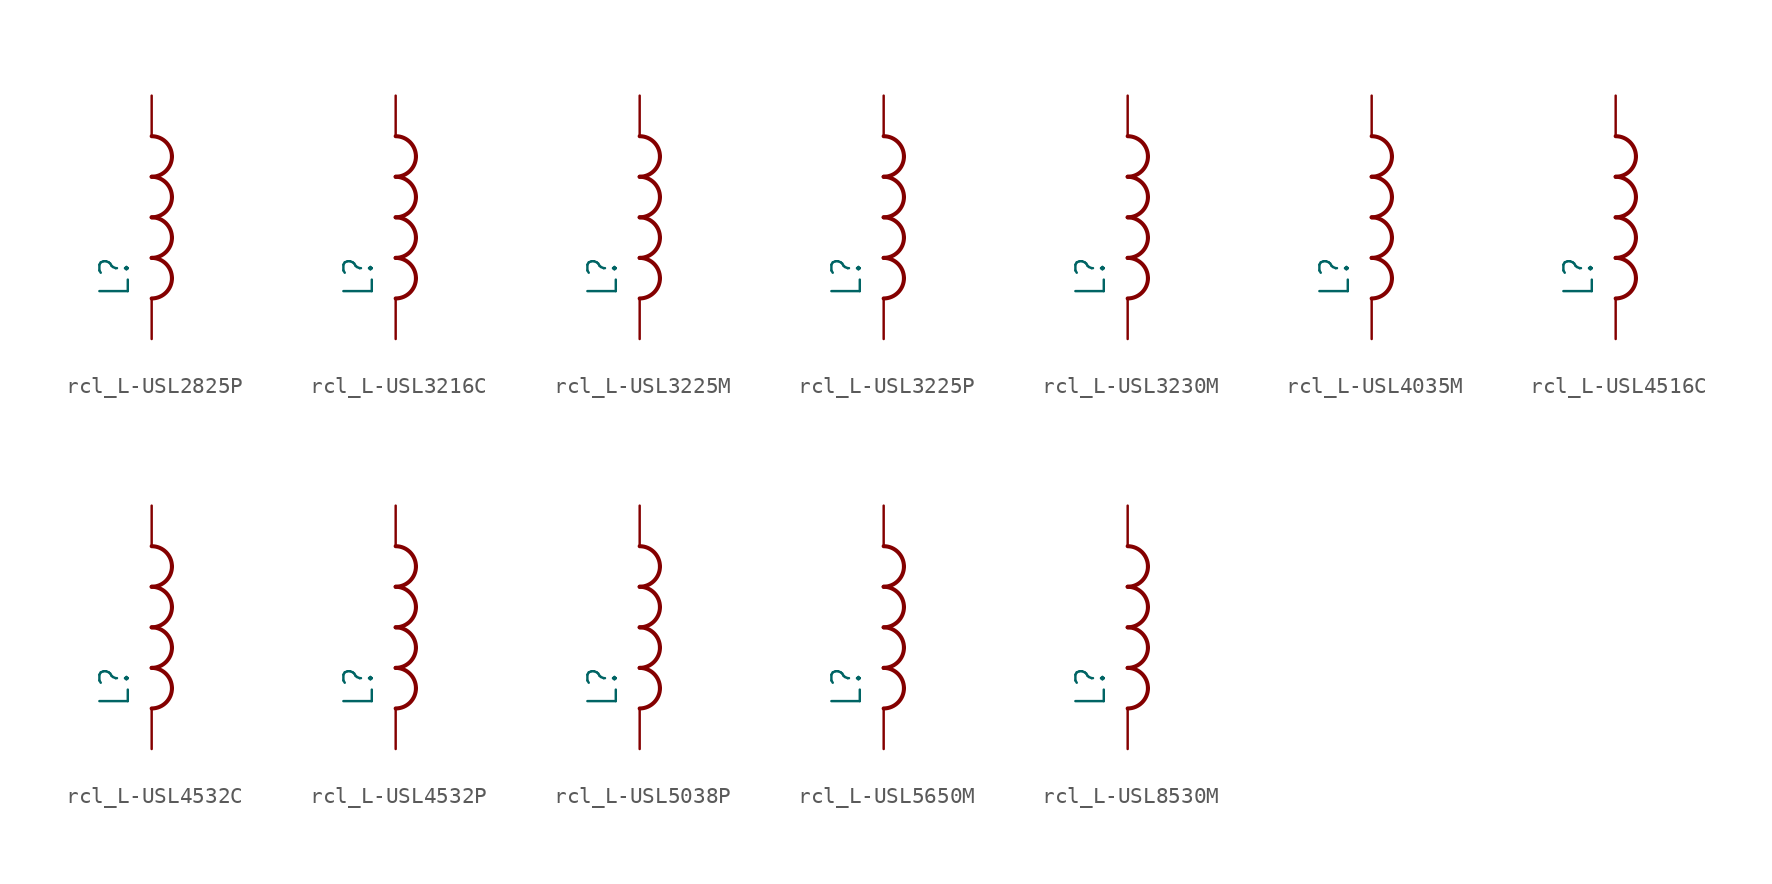
<source format=kicad_sym>
(kicad_symbol_lib
  (version 20241209)
  (generator "kicad_symbol_editor")
  (generator_version "9.0")
  (symbol "rcl_L-USL2825P"
    (property "Reference" "L"
      (at -1.27 -5.08 90)
      (effects (font (size 1.778 1.511)) (justify left bottom)))
    (property "Value" ""
      (at 3.81 -5.08 90)
      (effects (font (size 1.778 1.511)) (justify left bottom)))
    (property "ki_locked" ""
      (at 0 0 0)
      (effects (font (size 1.27 1.27))))
    (symbol "rcl_L-USL2825P_1_0"
      (arc (start 0 5.08) (mid 0.898 4.708) (end 1.27 3.81) (stroke (width 0.254) (type solid)) (fill (type none)))
      (arc (start 1.27 3.81) (mid 0.898 2.912) (end 0 2.54) (stroke (width 0.254) (type solid)) (fill (type none)))
      (arc (start 0 2.54) (mid 0.898 2.168) (end 1.27 1.27) (stroke (width 0.254) (type solid)) (fill (type none)))
      (arc (start 1.27 1.27) (mid 0.898 0.372) (end 0 0) (stroke (width 0.254) (type solid)) (fill (type none)))
      (arc (start 0 0) (mid 0.898 -0.372) (end 1.27 -1.27) (stroke (width 0.254) (type solid)) (fill (type none)))
      (arc (start 1.27 -1.27) (mid 0.898 -2.168) (end 0 -2.54) (stroke (width 0.254) (type solid)) (fill (type none)))
      (arc (start 0 -2.54) (mid 0.898 -2.912) (end 1.27 -3.81) (stroke (width 0.254) (type solid)) (fill (type none)))
      (arc (start 1.27 -3.81) (mid 0.898 -4.708) (end 0 -5.08) (stroke (width 0.254) (type solid)) (fill (type none)))
      (pin passive line (at 0 7.62 270) (length 2.54) (name "1" (effects (font (size 0 0)))) (number "1" (effects (font (size 0 0)))))
      (pin passive line (at 0 -7.62 90) (length 2.54) (name "2" (effects (font (size 0 0)))) (number "2" (effects (font (size 0 0)))))))
  (symbol "rcl_L-USL3216C"
    (property "Reference" "L"
      (at -1.27 -5.08 90)
      (effects (font (size 1.778 1.511)) (justify left bottom)))
    (property "Value" ""
      (at 3.81 -5.08 90)
      (effects (font (size 1.778 1.511)) (justify left bottom)))
    (property "ki_locked" ""
      (at 0 0 0)
      (effects (font (size 1.27 1.27))))
    (symbol "rcl_L-USL3216C_1_0"
      (arc (start 0 5.08) (mid 0.898 4.708) (end 1.27 3.81) (stroke (width 0.254) (type solid)) (fill (type none)))
      (arc (start 1.27 3.81) (mid 0.898 2.912) (end 0 2.54) (stroke (width 0.254) (type solid)) (fill (type none)))
      (arc (start 0 2.54) (mid 0.898 2.168) (end 1.27 1.27) (stroke (width 0.254) (type solid)) (fill (type none)))
      (arc (start 1.27 1.27) (mid 0.898 0.372) (end 0 0) (stroke (width 0.254) (type solid)) (fill (type none)))
      (arc (start 0 0) (mid 0.898 -0.372) (end 1.27 -1.27) (stroke (width 0.254) (type solid)) (fill (type none)))
      (arc (start 1.27 -1.27) (mid 0.898 -2.168) (end 0 -2.54) (stroke (width 0.254) (type solid)) (fill (type none)))
      (arc (start 0 -2.54) (mid 0.898 -2.912) (end 1.27 -3.81) (stroke (width 0.254) (type solid)) (fill (type none)))
      (arc (start 1.27 -3.81) (mid 0.898 -4.708) (end 0 -5.08) (stroke (width 0.254) (type solid)) (fill (type none)))
      (pin passive line (at 0 7.62 270) (length 2.54) (name "1" (effects (font (size 0 0)))) (number "1" (effects (font (size 0 0)))))
      (pin passive line (at 0 -7.62 90) (length 2.54) (name "2" (effects (font (size 0 0)))) (number "2" (effects (font (size 0 0)))))))
  (symbol "rcl_L-USL3225M"
    (property "Reference" "L"
      (at -1.27 -5.08 90)
      (effects (font (size 1.778 1.511)) (justify left bottom)))
    (property "Value" ""
      (at 3.81 -5.08 90)
      (effects (font (size 1.778 1.511)) (justify left bottom)))
    (property "ki_locked" ""
      (at 0 0 0)
      (effects (font (size 1.27 1.27))))
    (symbol "rcl_L-USL3225M_1_0"
      (arc (start 0 5.08) (mid 0.898 4.708) (end 1.27 3.81) (stroke (width 0.254) (type solid)) (fill (type none)))
      (arc (start 1.27 3.81) (mid 0.898 2.912) (end 0 2.54) (stroke (width 0.254) (type solid)) (fill (type none)))
      (arc (start 0 2.54) (mid 0.898 2.168) (end 1.27 1.27) (stroke (width 0.254) (type solid)) (fill (type none)))
      (arc (start 1.27 1.27) (mid 0.898 0.372) (end 0 0) (stroke (width 0.254) (type solid)) (fill (type none)))
      (arc (start 0 0) (mid 0.898 -0.372) (end 1.27 -1.27) (stroke (width 0.254) (type solid)) (fill (type none)))
      (arc (start 1.27 -1.27) (mid 0.898 -2.168) (end 0 -2.54) (stroke (width 0.254) (type solid)) (fill (type none)))
      (arc (start 0 -2.54) (mid 0.898 -2.912) (end 1.27 -3.81) (stroke (width 0.254) (type solid)) (fill (type none)))
      (arc (start 1.27 -3.81) (mid 0.898 -4.708) (end 0 -5.08) (stroke (width 0.254) (type solid)) (fill (type none)))
      (pin passive line (at 0 7.62 270) (length 2.54) (name "1" (effects (font (size 0 0)))) (number "1" (effects (font (size 0 0)))))
      (pin passive line (at 0 -7.62 90) (length 2.54) (name "2" (effects (font (size 0 0)))) (number "2" (effects (font (size 0 0)))))))
  (symbol "rcl_L-USL3225P"
    (property "Reference" "L"
      (at -1.27 -5.08 90)
      (effects (font (size 1.778 1.511)) (justify left bottom)))
    (property "Value" ""
      (at 3.81 -5.08 90)
      (effects (font (size 1.778 1.511)) (justify left bottom)))
    (property "ki_locked" ""
      (at 0 0 0)
      (effects (font (size 1.27 1.27))))
    (symbol "rcl_L-USL3225P_1_0"
      (arc (start 0 5.08) (mid 0.898 4.708) (end 1.27 3.81) (stroke (width 0.254) (type solid)) (fill (type none)))
      (arc (start 1.27 3.81) (mid 0.898 2.912) (end 0 2.54) (stroke (width 0.254) (type solid)) (fill (type none)))
      (arc (start 0 2.54) (mid 0.898 2.168) (end 1.27 1.27) (stroke (width 0.254) (type solid)) (fill (type none)))
      (arc (start 1.27 1.27) (mid 0.898 0.372) (end 0 0) (stroke (width 0.254) (type solid)) (fill (type none)))
      (arc (start 0 0) (mid 0.898 -0.372) (end 1.27 -1.27) (stroke (width 0.254) (type solid)) (fill (type none)))
      (arc (start 1.27 -1.27) (mid 0.898 -2.168) (end 0 -2.54) (stroke (width 0.254) (type solid)) (fill (type none)))
      (arc (start 0 -2.54) (mid 0.898 -2.912) (end 1.27 -3.81) (stroke (width 0.254) (type solid)) (fill (type none)))
      (arc (start 1.27 -3.81) (mid 0.898 -4.708) (end 0 -5.08) (stroke (width 0.254) (type solid)) (fill (type none)))
      (pin passive line (at 0 7.62 270) (length 2.54) (name "1" (effects (font (size 0 0)))) (number "1" (effects (font (size 0 0)))))
      (pin passive line (at 0 -7.62 90) (length 2.54) (name "2" (effects (font (size 0 0)))) (number "2" (effects (font (size 0 0)))))))
  (symbol "rcl_L-USL3230M"
    (property "Reference" "L"
      (at -1.27 -5.08 90)
      (effects (font (size 1.778 1.511)) (justify left bottom)))
    (property "Value" ""
      (at 3.81 -5.08 90)
      (effects (font (size 1.778 1.511)) (justify left bottom)))
    (property "ki_locked" ""
      (at 0 0 0)
      (effects (font (size 1.27 1.27))))
    (symbol "rcl_L-USL3230M_1_0"
      (arc (start 0 5.08) (mid 0.898 4.708) (end 1.27 3.81) (stroke (width 0.254) (type solid)) (fill (type none)))
      (arc (start 1.27 3.81) (mid 0.898 2.912) (end 0 2.54) (stroke (width 0.254) (type solid)) (fill (type none)))
      (arc (start 0 2.54) (mid 0.898 2.168) (end 1.27 1.27) (stroke (width 0.254) (type solid)) (fill (type none)))
      (arc (start 1.27 1.27) (mid 0.898 0.372) (end 0 0) (stroke (width 0.254) (type solid)) (fill (type none)))
      (arc (start 0 0) (mid 0.898 -0.372) (end 1.27 -1.27) (stroke (width 0.254) (type solid)) (fill (type none)))
      (arc (start 1.27 -1.27) (mid 0.898 -2.168) (end 0 -2.54) (stroke (width 0.254) (type solid)) (fill (type none)))
      (arc (start 0 -2.54) (mid 0.898 -2.912) (end 1.27 -3.81) (stroke (width 0.254) (type solid)) (fill (type none)))
      (arc (start 1.27 -3.81) (mid 0.898 -4.708) (end 0 -5.08) (stroke (width 0.254) (type solid)) (fill (type none)))
      (pin passive line (at 0 7.62 270) (length 2.54) (name "1" (effects (font (size 0 0)))) (number "1" (effects (font (size 0 0)))))
      (pin passive line (at 0 -7.62 90) (length 2.54) (name "2" (effects (font (size 0 0)))) (number "2" (effects (font (size 0 0)))))))
  (symbol "rcl_L-USL4035M"
    (property "Reference" "L"
      (at -1.27 -5.08 90)
      (effects (font (size 1.778 1.511)) (justify left bottom)))
    (property "Value" ""
      (at 3.81 -5.08 90)
      (effects (font (size 1.778 1.511)) (justify left bottom)))
    (property "ki_locked" ""
      (at 0 0 0)
      (effects (font (size 1.27 1.27))))
    (symbol "rcl_L-USL4035M_1_0"
      (arc (start 0 5.08) (mid 0.898 4.708) (end 1.27 3.81) (stroke (width 0.254) (type solid)) (fill (type none)))
      (arc (start 1.27 3.81) (mid 0.898 2.912) (end 0 2.54) (stroke (width 0.254) (type solid)) (fill (type none)))
      (arc (start 0 2.54) (mid 0.898 2.168) (end 1.27 1.27) (stroke (width 0.254) (type solid)) (fill (type none)))
      (arc (start 1.27 1.27) (mid 0.898 0.372) (end 0 0) (stroke (width 0.254) (type solid)) (fill (type none)))
      (arc (start 0 0) (mid 0.898 -0.372) (end 1.27 -1.27) (stroke (width 0.254) (type solid)) (fill (type none)))
      (arc (start 1.27 -1.27) (mid 0.898 -2.168) (end 0 -2.54) (stroke (width 0.254) (type solid)) (fill (type none)))
      (arc (start 0 -2.54) (mid 0.898 -2.912) (end 1.27 -3.81) (stroke (width 0.254) (type solid)) (fill (type none)))
      (arc (start 1.27 -3.81) (mid 0.898 -4.708) (end 0 -5.08) (stroke (width 0.254) (type solid)) (fill (type none)))
      (pin passive line (at 0 7.62 270) (length 2.54) (name "1" (effects (font (size 0 0)))) (number "1" (effects (font (size 0 0)))))
      (pin passive line (at 0 -7.62 90) (length 2.54) (name "2" (effects (font (size 0 0)))) (number "2" (effects (font (size 0 0)))))))
  (symbol "rcl_L-USL4516C"
    (property "Reference" "L"
      (at -1.27 -5.08 90)
      (effects (font (size 1.778 1.511)) (justify left bottom)))
    (property "Value" ""
      (at 3.81 -5.08 90)
      (effects (font (size 1.778 1.511)) (justify left bottom)))
    (property "ki_locked" ""
      (at 0 0 0)
      (effects (font (size 1.27 1.27))))
    (symbol "rcl_L-USL4516C_1_0"
      (arc (start 0 5.08) (mid 0.898 4.708) (end 1.27 3.81) (stroke (width 0.254) (type solid)) (fill (type none)))
      (arc (start 1.27 3.81) (mid 0.898 2.912) (end 0 2.54) (stroke (width 0.254) (type solid)) (fill (type none)))
      (arc (start 0 2.54) (mid 0.898 2.168) (end 1.27 1.27) (stroke (width 0.254) (type solid)) (fill (type none)))
      (arc (start 1.27 1.27) (mid 0.898 0.372) (end 0 0) (stroke (width 0.254) (type solid)) (fill (type none)))
      (arc (start 0 0) (mid 0.898 -0.372) (end 1.27 -1.27) (stroke (width 0.254) (type solid)) (fill (type none)))
      (arc (start 1.27 -1.27) (mid 0.898 -2.168) (end 0 -2.54) (stroke (width 0.254) (type solid)) (fill (type none)))
      (arc (start 0 -2.54) (mid 0.898 -2.912) (end 1.27 -3.81) (stroke (width 0.254) (type solid)) (fill (type none)))
      (arc (start 1.27 -3.81) (mid 0.898 -4.708) (end 0 -5.08) (stroke (width 0.254) (type solid)) (fill (type none)))
      (pin passive line (at 0 7.62 270) (length 2.54) (name "1" (effects (font (size 0 0)))) (number "1" (effects (font (size 0 0)))))
      (pin passive line (at 0 -7.62 90) (length 2.54) (name "2" (effects (font (size 0 0)))) (number "2" (effects (font (size 0 0)))))))
  (symbol "rcl_L-USL4532C"
    (property "Reference" "L"
      (at -1.27 -5.08 90)
      (effects (font (size 1.778 1.511)) (justify left bottom)))
    (property "Value" ""
      (at 3.81 -5.08 90)
      (effects (font (size 1.778 1.511)) (justify left bottom)))
    (property "ki_locked" ""
      (at 0 0 0)
      (effects (font (size 1.27 1.27))))
    (symbol "rcl_L-USL4532C_1_0"
      (arc (start 0 5.08) (mid 0.898 4.708) (end 1.27 3.81) (stroke (width 0.254) (type solid)) (fill (type none)))
      (arc (start 1.27 3.81) (mid 0.898 2.912) (end 0 2.54) (stroke (width 0.254) (type solid)) (fill (type none)))
      (arc (start 0 2.54) (mid 0.898 2.168) (end 1.27 1.27) (stroke (width 0.254) (type solid)) (fill (type none)))
      (arc (start 1.27 1.27) (mid 0.898 0.372) (end 0 0) (stroke (width 0.254) (type solid)) (fill (type none)))
      (arc (start 0 0) (mid 0.898 -0.372) (end 1.27 -1.27) (stroke (width 0.254) (type solid)) (fill (type none)))
      (arc (start 1.27 -1.27) (mid 0.898 -2.168) (end 0 -2.54) (stroke (width 0.254) (type solid)) (fill (type none)))
      (arc (start 0 -2.54) (mid 0.898 -2.912) (end 1.27 -3.81) (stroke (width 0.254) (type solid)) (fill (type none)))
      (arc (start 1.27 -3.81) (mid 0.898 -4.708) (end 0 -5.08) (stroke (width 0.254) (type solid)) (fill (type none)))
      (pin passive line (at 0 7.62 270) (length 2.54) (name "1" (effects (font (size 0 0)))) (number "1" (effects (font (size 0 0)))))
      (pin passive line (at 0 -7.62 90) (length 2.54) (name "2" (effects (font (size 0 0)))) (number "2" (effects (font (size 0 0)))))))
  (symbol "rcl_L-USL4532P"
    (property "Reference" "L"
      (at -1.27 -5.08 90)
      (effects (font (size 1.778 1.511)) (justify left bottom)))
    (property "Value" ""
      (at 3.81 -5.08 90)
      (effects (font (size 1.778 1.511)) (justify left bottom)))
    (property "ki_locked" ""
      (at 0 0 0)
      (effects (font (size 1.27 1.27))))
    (symbol "rcl_L-USL4532P_1_0"
      (arc (start 0 5.08) (mid 0.898 4.708) (end 1.27 3.81) (stroke (width 0.254) (type solid)) (fill (type none)))
      (arc (start 1.27 3.81) (mid 0.898 2.912) (end 0 2.54) (stroke (width 0.254) (type solid)) (fill (type none)))
      (arc (start 0 2.54) (mid 0.898 2.168) (end 1.27 1.27) (stroke (width 0.254) (type solid)) (fill (type none)))
      (arc (start 1.27 1.27) (mid 0.898 0.372) (end 0 0) (stroke (width 0.254) (type solid)) (fill (type none)))
      (arc (start 0 0) (mid 0.898 -0.372) (end 1.27 -1.27) (stroke (width 0.254) (type solid)) (fill (type none)))
      (arc (start 1.27 -1.27) (mid 0.898 -2.168) (end 0 -2.54) (stroke (width 0.254) (type solid)) (fill (type none)))
      (arc (start 0 -2.54) (mid 0.898 -2.912) (end 1.27 -3.81) (stroke (width 0.254) (type solid)) (fill (type none)))
      (arc (start 1.27 -3.81) (mid 0.898 -4.708) (end 0 -5.08) (stroke (width 0.254) (type solid)) (fill (type none)))
      (pin passive line (at 0 7.62 270) (length 2.54) (name "1" (effects (font (size 0 0)))) (number "1" (effects (font (size 0 0)))))
      (pin passive line (at 0 -7.62 90) (length 2.54) (name "2" (effects (font (size 0 0)))) (number "2" (effects (font (size 0 0)))))))
  (symbol "rcl_L-USL5038P"
    (property "Reference" "L"
      (at -1.27 -5.08 90)
      (effects (font (size 1.778 1.511)) (justify left bottom)))
    (property "Value" ""
      (at 3.81 -5.08 90)
      (effects (font (size 1.778 1.511)) (justify left bottom)))
    (property "ki_locked" ""
      (at 0 0 0)
      (effects (font (size 1.27 1.27))))
    (symbol "rcl_L-USL5038P_1_0"
      (arc (start 0 5.08) (mid 0.898 4.708) (end 1.27 3.81) (stroke (width 0.254) (type solid)) (fill (type none)))
      (arc (start 1.27 3.81) (mid 0.898 2.912) (end 0 2.54) (stroke (width 0.254) (type solid)) (fill (type none)))
      (arc (start 0 2.54) (mid 0.898 2.168) (end 1.27 1.27) (stroke (width 0.254) (type solid)) (fill (type none)))
      (arc (start 1.27 1.27) (mid 0.898 0.372) (end 0 0) (stroke (width 0.254) (type solid)) (fill (type none)))
      (arc (start 0 0) (mid 0.898 -0.372) (end 1.27 -1.27) (stroke (width 0.254) (type solid)) (fill (type none)))
      (arc (start 1.27 -1.27) (mid 0.898 -2.168) (end 0 -2.54) (stroke (width 0.254) (type solid)) (fill (type none)))
      (arc (start 0 -2.54) (mid 0.898 -2.912) (end 1.27 -3.81) (stroke (width 0.254) (type solid)) (fill (type none)))
      (arc (start 1.27 -3.81) (mid 0.898 -4.708) (end 0 -5.08) (stroke (width 0.254) (type solid)) (fill (type none)))
      (pin passive line (at 0 7.62 270) (length 2.54) (name "1" (effects (font (size 0 0)))) (number "1" (effects (font (size 0 0)))))
      (pin passive line (at 0 -7.62 90) (length 2.54) (name "2" (effects (font (size 0 0)))) (number "2" (effects (font (size 0 0)))))))
  (symbol "rcl_L-USL5650M"
    (property "Reference" "L"
      (at -1.27 -5.08 90)
      (effects (font (size 1.778 1.511)) (justify left bottom)))
    (property "Value" ""
      (at 3.81 -5.08 90)
      (effects (font (size 1.778 1.511)) (justify left bottom)))
    (property "ki_locked" ""
      (at 0 0 0)
      (effects (font (size 1.27 1.27))))
    (symbol "rcl_L-USL5650M_1_0"
      (arc (start 0 5.08) (mid 0.898 4.708) (end 1.27 3.81) (stroke (width 0.254) (type solid)) (fill (type none)))
      (arc (start 1.27 3.81) (mid 0.898 2.912) (end 0 2.54) (stroke (width 0.254) (type solid)) (fill (type none)))
      (arc (start 0 2.54) (mid 0.898 2.168) (end 1.27 1.27) (stroke (width 0.254) (type solid)) (fill (type none)))
      (arc (start 1.27 1.27) (mid 0.898 0.372) (end 0 0) (stroke (width 0.254) (type solid)) (fill (type none)))
      (arc (start 0 0) (mid 0.898 -0.372) (end 1.27 -1.27) (stroke (width 0.254) (type solid)) (fill (type none)))
      (arc (start 1.27 -1.27) (mid 0.898 -2.168) (end 0 -2.54) (stroke (width 0.254) (type solid)) (fill (type none)))
      (arc (start 0 -2.54) (mid 0.898 -2.912) (end 1.27 -3.81) (stroke (width 0.254) (type solid)) (fill (type none)))
      (arc (start 1.27 -3.81) (mid 0.898 -4.708) (end 0 -5.08) (stroke (width 0.254) (type solid)) (fill (type none)))
      (pin passive line (at 0 7.62 270) (length 2.54) (name "1" (effects (font (size 0 0)))) (number "1" (effects (font (size 0 0)))))
      (pin passive line (at 0 -7.62 90) (length 2.54) (name "2" (effects (font (size 0 0)))) (number "2" (effects (font (size 0 0)))))))
  (symbol "rcl_L-USL8530M"
    (property "Reference" "L"
      (at -1.27 -5.08 90)
      (effects (font (size 1.778 1.511)) (justify left bottom)))
    (property "Value" ""
      (at 3.81 -5.08 90)
      (effects (font (size 1.778 1.511)) (justify left bottom)))
    (property "ki_locked" ""
      (at 0 0 0)
      (effects (font (size 1.27 1.27))))
    (symbol "rcl_L-USL8530M_1_0"
      (arc (start 0 5.08) (mid 0.898 4.708) (end 1.27 3.81) (stroke (width 0.254) (type solid)) (fill (type none)))
      (arc (start 1.27 3.81) (mid 0.898 2.912) (end 0 2.54) (stroke (width 0.254) (type solid)) (fill (type none)))
      (arc (start 0 2.54) (mid 0.898 2.168) (end 1.27 1.27) (stroke (width 0.254) (type solid)) (fill (type none)))
      (arc (start 1.27 1.27) (mid 0.898 0.372) (end 0 0) (stroke (width 0.254) (type solid)) (fill (type none)))
      (arc (start 0 0) (mid 0.898 -0.372) (end 1.27 -1.27) (stroke (width 0.254) (type solid)) (fill (type none)))
      (arc (start 1.27 -1.27) (mid 0.898 -2.168) (end 0 -2.54) (stroke (width 0.254) (type solid)) (fill (type none)))
      (arc (start 0 -2.54) (mid 0.898 -2.912) (end 1.27 -3.81) (stroke (width 0.254) (type solid)) (fill (type none)))
      (arc (start 1.27 -3.81) (mid 0.898 -4.708) (end 0 -5.08) (stroke (width 0.254) (type solid)) (fill (type none)))
      (pin passive line (at 0 7.62 270) (length 2.54) (name "1" (effects (font (size 0 0)))) (number "1" (effects (font (size 0 0)))))
      (pin passive line (at 0 -7.62 90) (length 2.54) (name "2" (effects (font (size 0 0)))) (number "2" (effects (font (size 0 0))))))))
</source>
